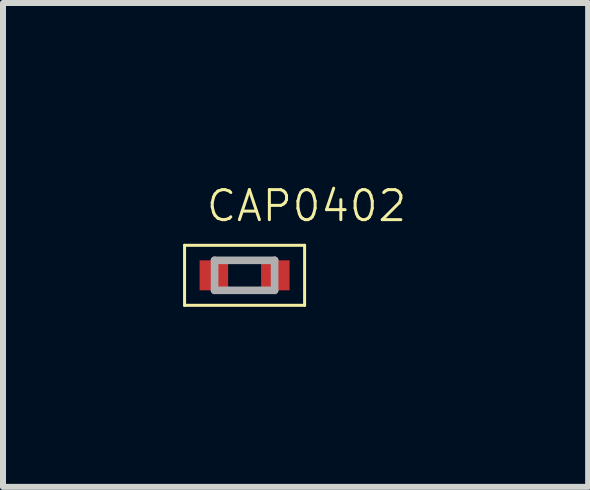
<source format=kicad_pcb>
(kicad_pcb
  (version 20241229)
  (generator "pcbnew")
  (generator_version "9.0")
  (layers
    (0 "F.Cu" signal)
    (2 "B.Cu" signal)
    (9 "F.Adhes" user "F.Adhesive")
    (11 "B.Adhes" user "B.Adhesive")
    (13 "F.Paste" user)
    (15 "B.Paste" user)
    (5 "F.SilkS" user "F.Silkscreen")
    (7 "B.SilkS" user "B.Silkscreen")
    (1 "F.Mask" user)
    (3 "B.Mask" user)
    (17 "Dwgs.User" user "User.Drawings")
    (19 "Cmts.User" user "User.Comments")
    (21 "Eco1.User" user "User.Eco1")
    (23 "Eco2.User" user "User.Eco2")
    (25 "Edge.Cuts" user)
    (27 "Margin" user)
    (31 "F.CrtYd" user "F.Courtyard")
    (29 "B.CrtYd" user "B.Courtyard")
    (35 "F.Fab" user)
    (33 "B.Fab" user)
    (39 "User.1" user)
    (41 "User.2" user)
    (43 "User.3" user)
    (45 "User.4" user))
  (footprint "CAP0402"
    (layer "F.Cu")
    (at 1.025 1.537)
    (property "Reference" "CAP0402" (at 1.032 -1.156 0) (layer "F.SilkS") (effects (font (size 0.5 0.5) (thickness 0.05))))
    (attr smd)
    (fp_line (start -1 -0.5) (end -1 0.5) (stroke (width 0.05) (type solid)) (layer "F.SilkS"))
    (fp_line (start -1 0.5) (end 1 0.5) (stroke (width 0.05) (type solid)) (layer "F.SilkS"))
    (fp_line (start 1 -0.5) (end -1 -0.5) (stroke (width 0.05) (type solid)) (layer "F.SilkS"))
    (fp_line (start 1 0.5) (end 1 -0.5) (stroke (width 0.05) (type solid)) (layer "F.SilkS"))
    (fp_line (start -0.5 -0.25) (end -0.5 0.25) (stroke (width 0.127) (type solid)) (layer "F.Fab"))
    (fp_line (start -0.5 -0.25) (end 0.5 -0.25) (stroke (width 0.127) (type solid)) (layer "F.Fab"))
    (fp_line (start -0.5 0.25) (end 0.5 0.25) (stroke (width 0.127) (type solid)) (layer "F.Fab"))
    (fp_line (start 0.5 -0.25) (end 0.5 0.25) (stroke (width 0.127) (type solid)) (layer "F.Fab"))
    (pad "1" smd rect (at -0.512 0) (size 0.475 0.5) (layers "F.Cu" "F.Mask" "F.Paste"))
    (pad "2" smd rect (at 0.512 0) (size 0.475 0.5) (layers "F.Cu" "F.Mask" "F.Paste")))
  (gr_rect
    (start -3 -3)
    (end 6.749 5.062)
    (stroke (width 0.1) (type default))
    (fill no)
    (layer "Edge.Cuts")))
</source>
